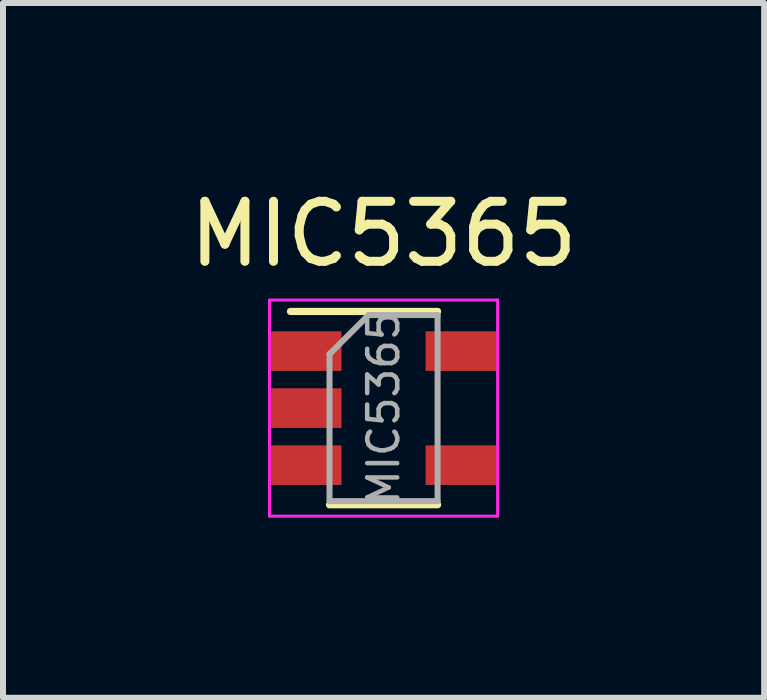
<source format=kicad_pcb>
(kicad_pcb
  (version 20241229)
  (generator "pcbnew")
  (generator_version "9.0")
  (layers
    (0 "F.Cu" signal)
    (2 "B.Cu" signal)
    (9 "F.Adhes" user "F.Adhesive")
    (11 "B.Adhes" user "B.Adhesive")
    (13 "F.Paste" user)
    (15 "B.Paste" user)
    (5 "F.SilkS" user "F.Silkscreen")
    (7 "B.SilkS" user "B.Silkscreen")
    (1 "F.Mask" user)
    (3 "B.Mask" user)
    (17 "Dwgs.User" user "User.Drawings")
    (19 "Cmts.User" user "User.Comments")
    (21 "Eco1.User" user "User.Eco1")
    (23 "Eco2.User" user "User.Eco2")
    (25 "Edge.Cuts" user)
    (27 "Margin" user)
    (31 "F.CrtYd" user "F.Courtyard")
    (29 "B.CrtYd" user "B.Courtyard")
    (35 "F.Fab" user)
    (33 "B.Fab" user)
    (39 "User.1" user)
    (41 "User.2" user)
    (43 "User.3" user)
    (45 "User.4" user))
  (footprint "MIC5365"
    (layer "F.Cu")
    (at 3.339 3.748)
    (property "Reference" "MIC5365" (at 0 -2.9 0) (layer "F.SilkS") (effects (font (size 1 1) (thickness 0.15))))
    (attr smd)
    (fp_line (start -0.9 1.61) (end 0.9 1.61) (stroke (width 0.12) (type solid)) (layer "F.SilkS"))
    (fp_line (start 0.9 -1.61) (end -1.55 -1.61) (stroke (width 0.12) (type solid)) (layer "F.SilkS"))
    (fp_line (start -1.9 -1.8) (end 1.9 -1.8) (stroke (width 0.05) (type solid)) (layer "F.CrtYd"))
    (fp_line (start -1.9 1.8) (end -1.9 -1.8) (stroke (width 0.05) (type solid)) (layer "F.CrtYd"))
    (fp_line (start 1.9 -1.8) (end 1.9 1.8) (stroke (width 0.05) (type solid)) (layer "F.CrtYd"))
    (fp_line (start 1.9 1.8) (end -1.9 1.8) (stroke (width 0.05) (type solid)) (layer "F.CrtYd"))
    (fp_line (start -0.9 -0.9) (end -0.9 1.55) (stroke (width 0.1) (type solid)) (layer "F.Fab"))
    (fp_line (start -0.9 -0.9) (end -0.25 -1.55) (stroke (width 0.1) (type solid)) (layer "F.Fab"))
    (fp_line (start 0.9 -1.55) (end -0.25 -1.55) (stroke (width 0.1) (type solid)) (layer "F.Fab"))
    (fp_line (start 0.9 -1.55) (end 0.9 1.55) (stroke (width 0.1) (type solid)) (layer "F.Fab"))
    (fp_line (start 0.9 1.55) (end -0.9 1.55) (stroke (width 0.1) (type solid)) (layer "F.Fab"))
    (fp_text user "${REFERENCE}" (at 0 0 90) (layer "F.Fab") (effects (font (size 0.5 0.5) (thickness 0.075))))
    (pad "1" smd rect (at -1.3 -0.95) (size 1.2 0.66) (layers "F.Cu" "F.Mask" "F.Paste"))
    (pad "2" smd rect (at -1.3 0) (size 1.2 0.66) (layers "F.Cu" "F.Mask" "F.Paste"))
    (pad "3" smd rect (at -1.3 0.95) (size 1.2 0.66) (layers "F.Cu" "F.Mask" "F.Paste"))
    (pad "4" smd rect (at 1.3 0.95) (size 1.2 0.66) (layers "F.Cu" "F.Mask" "F.Paste"))
    (pad "5" smd rect (at 1.3 -0.95) (size 1.2 0.66) (layers "F.Cu" "F.Mask" "F.Paste")))
  (gr_rect
    (start -3 -3)
    (end 9.679 8.573)
    (stroke (width 0.1) (type default))
    (fill no)
    (layer "Edge.Cuts")))
</source>
